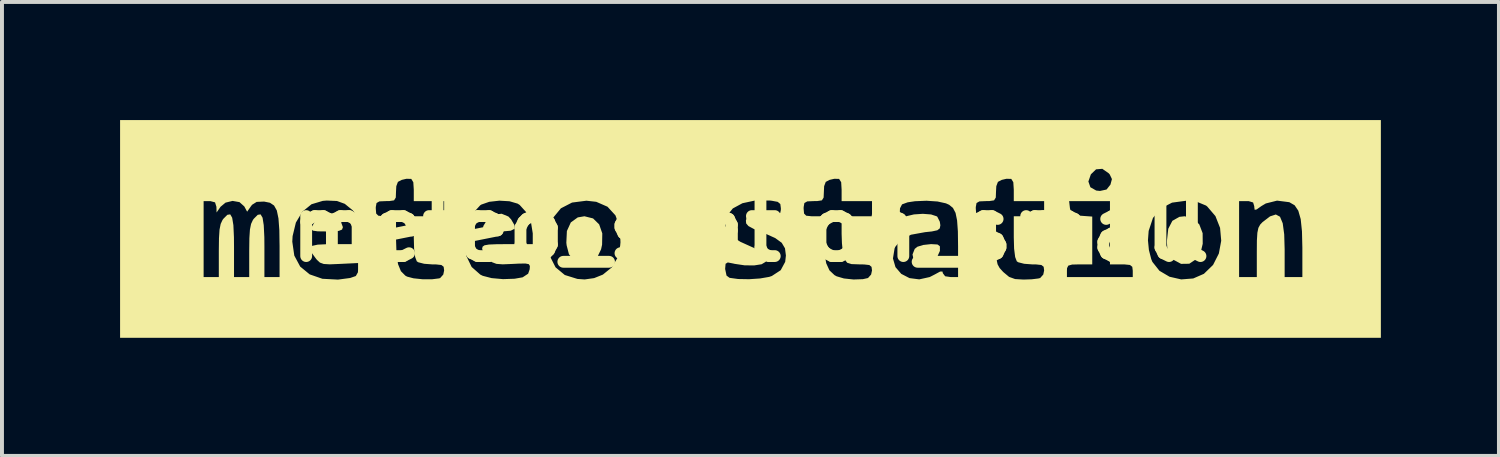
<source format=kicad_pcb>
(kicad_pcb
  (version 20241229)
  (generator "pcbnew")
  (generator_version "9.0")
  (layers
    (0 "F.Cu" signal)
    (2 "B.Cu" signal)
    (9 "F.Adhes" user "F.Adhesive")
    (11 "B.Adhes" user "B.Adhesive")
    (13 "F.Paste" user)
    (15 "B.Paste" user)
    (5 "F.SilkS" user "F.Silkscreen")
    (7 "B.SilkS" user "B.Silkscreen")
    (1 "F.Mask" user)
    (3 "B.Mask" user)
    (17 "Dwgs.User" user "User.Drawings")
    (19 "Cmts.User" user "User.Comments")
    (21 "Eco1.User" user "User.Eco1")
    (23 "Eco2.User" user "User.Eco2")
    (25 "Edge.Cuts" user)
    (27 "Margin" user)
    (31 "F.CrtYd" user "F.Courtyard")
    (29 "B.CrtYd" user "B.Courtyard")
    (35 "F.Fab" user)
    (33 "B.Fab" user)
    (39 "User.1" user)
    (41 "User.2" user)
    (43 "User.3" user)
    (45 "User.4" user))
  (footprint "meteo_station_small"
    (layer "F.Cu")
    (at 16.012 2.765)
    (property "Reference" "meteo_station_small" (at 0 0 0) (layer "F.SilkS") (effects (font (size 1.524 1.524) (thickness 0.3))))
    (attr board_only exclude_from_pos_files exclude_from_bom)
    (fp_poly (pts (xy -10.556 -0.335) (xy -10.413 -0.209) (xy -10.353 -0.047) (xy -10.353 -0.043) (xy -10.374 0.016) (xy -10.454 0.049) (xy -10.62 0.063) (xy -10.769 0.064) (xy -10.992 0.061) (xy -11.112 0.044) (xy -11.154 0.008) (xy -11.145 -0.048) (xy -11.02 -0.257) (xy -10.839 -0.371) (xy -10.739 -0.386)) (stroke (width 0) (type solid)) (fill yes) (layer "F.SilkS"))
    (fp_poly (pts (xy -6.148 -0.315) (xy -6.08 -0.243) (xy -5.994 -0.096) (xy -5.992 -0.004) (xy -6.089 0.045) (xy -6.297 0.063) (xy -6.403 0.064) (xy -6.628 0.062) (xy -6.75 0.048) (xy -6.795 0.013) (xy -6.789 -0.054) (xy -6.782 -0.08) (xy -6.675 -0.26) (xy -6.509 -0.365) (xy -6.32 -0.386)) (stroke (width 0) (type solid)) (fill yes) (layer "F.SilkS"))
    (fp_poly (pts (xy 4.751 0.395) (xy 4.811 0.44) (xy 4.812 0.551) (xy 4.811 0.56) (xy 4.734 0.73) (xy 4.577 0.858) (xy 4.387 0.914) (xy 4.26 0.896) (xy 4.146 0.795) (xy 4.116 0.648) (xy 4.172 0.507) (xy 4.24 0.452) (xy 4.389 0.407) (xy 4.582 0.386) (xy 4.598 0.386)) (stroke (width 0) (type solid)) (fill yes) (layer "F.SilkS"))
    (fp_poly (pts (xy -3.998 -0.267) (xy -3.843 -0.115) (xy -3.764 0.113) (xy -3.769 0.4) (xy -3.794 0.516) (xy -3.905 0.747) (xy -4.073 0.876) (xy -4.275 0.895) (xy -4.488 0.795) (xy -4.502 0.784) (xy -4.611 0.642) (xy -4.669 0.418) (xy -4.677 0.35) (xy -4.663 0.053) (xy -4.563 -0.166) (xy -4.387 -0.293) (xy -4.217 -0.322)) (stroke (width 0) (type solid)) (fill yes) (layer "F.SilkS"))
    (fp_poly (pts (xy 11.244 -0.266) (xy 11.4 -0.115) (xy 11.485 0.108) (xy 11.487 0.378) (xy 11.448 0.541) (xy 11.323 0.766) (xy 11.146 0.884) (xy 10.937 0.887) (xy 10.73 0.777) (xy 10.638 0.679) (xy 10.592 0.55) (xy 10.578 0.345) (xy 10.578 0.302) (xy 10.612 -0.004) (xy 10.716 -0.206) (xy 10.894 -0.307) (xy 11.028 -0.322)) (stroke (width 0) (type solid)) (fill yes) (layer "F.SilkS"))
    (fp_poly (pts (xy 16.012 2.765) (xy -16.012 2.765) (xy -16.012 1.222) (xy -13.89 1.222) (xy -13.504 1.222) (xy -13.504 0.554) (xy -13.5 0.235) (xy -13.486 0.018) (xy -13.457 -0.127) (xy -13.41 -0.228) (xy -13.386 -0.26) (xy -13.287 -0.359) (xy -13.214 -0.37) (xy -13.165 -0.285) (xy -13.134 -0.096) (xy -13.12 0.208) (xy -13.118 0.454) (xy -13.118 1.222) (xy -12.732 1.222) (xy -12.732 0.554) (xy -12.728 0.235) (xy -12.714 0.018) (xy -12.685 -0.127) (xy -12.638 -0.228) (xy -12.614 -0.26) (xy -12.515 -0.359) (xy -12.443 -0.37) (xy -12.393 -0.285) (xy -12.363 -0.096) (xy -12.348 0.208) (xy -12.346 0.454) (xy -12.346 1.222) (xy -11.961 1.222) (xy -11.961 0.434) (xy -11.963 0.323) (xy -11.638 0.323) (xy -11.587 0.677) (xy -11.437 0.956) (xy -11.196 1.154) (xy -10.873 1.266) (xy -10.477 1.287) (xy -10.168 1.246) (xy -10.024 1.196) (xy -9.971 1.102) (xy -9.967 1.036) (xy -9.967 0.866) (xy -10.44 0.889) (xy -10.685 0.899) (xy -10.839 0.89) (xy -10.936 0.855) (xy -11.013 0.784) (xy -11.05 0.737) (xy -11.155 0.592) (xy -11.189 0.493) (xy -11.139 0.431) (xy -10.994 0.399) (xy -10.74 0.387) (xy -10.546 0.386) (xy -9.903 0.386) (xy -9.903 0.058) (xy -9.915 -0.157) (xy -9.968 -0.306) (xy -10.086 -0.452) (xy -10.121 -0.489) (xy -10.153 -0.514) (xy -9.517 -0.514) (xy -9.507 -0.391) (xy -9.452 -0.336) (xy -9.315 -0.322) (xy -9.26 -0.322) (xy -9.003 -0.322) (xy -9.003 0.254) (xy -8.991 0.627) (xy -8.952 0.894) (xy -8.879 1.073) (xy -8.767 1.186) (xy -8.722 1.211) (xy -8.559 1.254) (xy -8.33 1.278) (xy -8.093 1.279) (xy -7.909 1.256) (xy -7.882 1.247) (xy -7.803 1.159) (xy -7.781 1.054) (xy -7.793 0.961) (xy -7.851 0.916) (xy -7.989 0.901) (xy -8.089 0.9) (xy -8.288 0.885) (xy -8.437 0.847) (xy -8.475 0.823) (xy -8.517 0.714) (xy -8.544 0.499) (xy -8.549 0.321) (xy -7.266 0.321) (xy -7.219 0.683) (xy -7.082 0.966) (xy -6.862 1.16) (xy -6.799 1.191) (xy -6.575 1.249) (xy -6.286 1.275) (xy -5.991 1.265) (xy -5.787 1.229) (xy -5.647 1.137) (xy -5.608 1.024) (xy -5.603 0.941) (xy -5.63 0.895) (xy -5.716 0.878) (xy -5.889 0.881) (xy -6.046 0.889) (xy -6.294 0.899) (xy -6.453 0.887) (xy -6.562 0.846) (xy -6.659 0.768) (xy -6.768 0.632) (xy -6.816 0.507) (xy -6.816 0.503) (xy -6.804 0.45) (xy -6.754 0.415) (xy -6.642 0.396) (xy -6.445 0.388) (xy -6.173 0.386) (xy -5.53 0.386) (xy -5.53 0.322) (xy -5.144 0.322) (xy -5.095 0.691) (xy -4.951 0.975) (xy -4.716 1.17) (xy -4.395 1.27) (xy -4.212 1.283) (xy -3.971 1.249) (xy -3.751 1.161) (xy -3.749 1.16) (xy -3.575 1.019) (xy -0.643 1.019) (xy -0.608 1.185) (xy -0.531 1.242) (xy -0.313 1.272) (xy -0.036 1.277) (xy 0.244 1.258) (xy 0.475 1.218) (xy 0.543 1.195) (xy 0.768 1.048) (xy 0.882 0.836) (xy 0.9 0.675) (xy 0.877 0.493) (xy 0.794 0.352) (xy 0.629 0.232) (xy 0.362 0.112) (xy 0.319 0.095) (xy 0.084 0.000116) (xy -0.052 -0.073) (xy -0.11 -0.141) (xy -0.116 -0.216) (xy -0.094 -0.289) (xy -0.033 -0.331) (xy 0.095 -0.349) (xy 0.32 -0.354) (xy 0.338 -0.354) (xy 0.567 -0.356) (xy 0.697 -0.37) (xy 0.756 -0.408) (xy 0.771 -0.48) (xy 0.772 -0.514) (xy 1.35 -0.514) (xy 1.361 -0.391) (xy 1.416 -0.336) (xy 1.552 -0.322) (xy 1.608 -0.322) (xy 1.865 -0.322) (xy 1.866 0.241) (xy 1.879 0.609) (xy 1.924 0.872) (xy 2.006 1.052) (xy 2.134 1.173) (xy 2.188 1.203) (xy 2.374 1.258) (xy 2.618 1.284) (xy 2.855 1.276) (xy 2.985 1.247) (xy 3.064 1.159) (xy 3.087 1.054) (xy 3.075 0.963) (xy 3.019 0.917) (xy 2.886 0.902) (xy 2.763 0.9) (xy 2.566 0.893) (xy 2.457 0.859) (xy 2.397 0.781) (xy 2.384 0.75) (xy 3.619 0.75) (xy 3.683 0.97) (xy 3.83 1.141) (xy 4.039 1.249) (xy 4.287 1.281) (xy 4.553 1.222) (xy 4.678 1.158) (xy 4.816 1.083) (xy 4.876 1.081) (xy 4.887 1.126) (xy 4.945 1.202) (xy 5.08 1.222) (xy 5.273 1.222) (xy 5.273 0.446) (xy 5.268 0.061) (xy 5.248 -0.217) (xy 5.209 -0.408) (xy 5.153 -0.514) (xy 5.723 -0.514) (xy 5.733 -0.391) (xy 5.788 -0.336) (xy 5.925 -0.322) (xy 5.98 -0.322) (xy 6.237 -0.322) (xy 6.237 0.294) (xy 6.239 0.582) (xy 6.25 0.773) (xy 6.277 0.899) (xy 6.328 0.992) (xy 6.41 1.083) (xy 6.425 1.098) (xy 6.569 1.218) (xy 6.721 1.273) (xy 6.935 1.286) (xy 7.143 1.279) (xy 7.309 1.259) (xy 7.358 1.247) (xy 7.38 1.222) (xy 8.038 1.222) (xy 9.71 1.222) (xy 9.71 1.061) (xy 9.698 0.962) (xy 9.639 0.915) (xy 9.499 0.901) (xy 9.421 0.9) (xy 9.131 0.9) (xy 9.131 0.289) (xy 10.096 0.289) (xy 10.12 0.535) (xy 10.18 0.768) (xy 10.208 0.836) (xy 10.388 1.063) (xy 10.644 1.214) (xy 10.941 1.282) (xy 11.246 1.258) (xy 11.329 1.222) (xy 12.411 1.222) (xy 12.861 1.222) (xy 12.861 0.59) (xy 12.863 0.294) (xy 12.875 0.098) (xy 12.901 -0.027) (xy 12.947 -0.111) (xy 13.005 -0.172) (xy 13.197 -0.319) (xy 13.344 -0.367) (xy 13.45 -0.31) (xy 13.519 -0.144) (xy 13.557 0.138) (xy 13.568 0.519) (xy 13.568 1.222) (xy 14.018 1.222) (xy 14.018 0.479) (xy 14.008 0.06) (xy 13.976 -0.249) (xy 13.915 -0.463) (xy 13.822 -0.601) (xy 13.691 -0.677) (xy 13.682 -0.68) (xy 13.375 -0.719) (xy 13.089 -0.647) (xy 12.978 -0.581) (xy 12.857 -0.495) (xy 12.807 -0.485) (xy 12.797 -0.55) (xy 12.796 -0.577) (xy 12.767 -0.672) (xy 12.656 -0.706) (xy 12.604 -0.707) (xy 12.411 -0.707) (xy 12.411 1.222) (xy 11.329 1.222) (xy 11.517 1.14) (xy 11.75 0.914) (xy 11.897 0.624) (xy 11.957 0.3) (xy 11.928 -0.026) (xy 11.81 -0.326) (xy 11.602 -0.569) (xy 11.571 -0.594) (xy 11.336 -0.691) (xy 11.073 -0.717) (xy 10.708 -0.668) (xy 10.423 -0.52) (xy 10.223 -0.279) (xy 10.114 0.05) (xy 10.096 0.289) (xy 9.131 0.289) (xy 9.131 -0.707) (xy 8.094 -0.707) (xy 8.114 -0.531) (xy 8.142 -0.417) (xy 8.215 -0.361) (xy 8.373 -0.337) (xy 8.408 -0.334) (xy 8.681 -0.314) (xy 8.681 0.9) (xy 8.359 0.9) (xy 8.169 0.905) (xy 8.073 0.932) (xy 8.041 0.996) (xy 8.038 1.061) (xy 8.038 1.222) (xy 7.38 1.222) (xy 7.437 1.159) (xy 7.459 1.054) (xy 7.447 0.961) (xy 7.389 0.916) (xy 7.251 0.901) (xy 7.151 0.9) (xy 6.952 0.885) (xy 6.803 0.847) (xy 6.765 0.823) (xy 6.723 0.714) (xy 6.696 0.499) (xy 6.688 0.212) (xy 6.688 -0.322) (xy 7.459 -0.322) (xy 7.459 -0.707) (xy 6.688 -0.707) (xy 6.688 -0.997) (xy 6.676 -1.186) (xy 6.665 -1.205) (xy 8.583 -1.205) (xy 8.634 -1.059) (xy 8.782 -0.975) (xy 8.878 -0.965) (xy 9.044 -1.001) (xy 9.143 -1.125) (xy 9.181 -1.266) (xy 9.126 -1.383) (xy 9.099 -1.414) (xy 8.937 -1.527) (xy 8.778 -1.514) (xy 8.646 -1.387) (xy 8.583 -1.205) (xy 6.665 -1.205) (xy 6.624 -1.271) (xy 6.502 -1.274) (xy 6.382 -1.246) (xy 6.285 -1.195) (xy 6.244 -1.086) (xy 6.237 -0.957) (xy 6.231 -0.797) (xy 6.187 -0.726) (xy 6.067 -0.708) (xy 5.98 -0.707) (xy 5.815 -0.7) (xy 5.742 -0.658) (xy 5.723 -0.556) (xy 5.723 -0.514) (xy 5.153 -0.514) (xy 5.144 -0.533) (xy 5.047 -0.613) (xy 4.965 -0.65) (xy 4.752 -0.697) (xy 4.471 -0.716) (xy 4.179 -0.704) (xy 3.992 -0.676) (xy 3.85 -0.624) (xy 3.798 -0.525) (xy 3.794 -0.447) (xy 3.804 -0.319) (xy 3.861 -0.292) (xy 3.959 -0.323) (xy 4.153 -0.369) (xy 4.379 -0.384) (xy 4.587 -0.368) (xy 4.728 -0.322) (xy 4.746 -0.309) (xy 4.809 -0.184) (xy 4.823 -0.093) (xy 4.808 -0.014) (xy 4.746 0.034) (xy 4.606 0.064) (xy 4.435 0.082) (xy 4.077 0.147) (xy 3.828 0.269) (xy 3.678 0.455) (xy 3.66 0.497) (xy 3.619 0.75) (xy 2.384 0.75) (xy 2.378 0.735) (xy 2.345 0.587) (xy 2.323 0.36) (xy 2.315 0.124) (xy 2.315 -0.322) (xy 3.087 -0.322) (xy 3.087 -0.707) (xy 2.315 -0.707) (xy 2.315 -0.997) (xy 2.304 -1.186) (xy 2.251 -1.271) (xy 2.129 -1.274) (xy 2.009 -1.246) (xy 1.912 -1.195) (xy 1.871 -1.086) (xy 1.865 -0.957) (xy 1.858 -0.797) (xy 1.814 -0.726) (xy 1.695 -0.708) (xy 1.608 -0.707) (xy 1.443 -0.7) (xy 1.369 -0.658) (xy 1.351 -0.556) (xy 1.35 -0.514) (xy 0.772 -0.514) (xy 0.772 -0.524) (xy 0.758 -0.633) (xy 0.692 -0.688) (xy 0.541 -0.716) (xy 0.498 -0.721) (xy 0.117 -0.722) (xy -0.204 -0.653) (xy -0.448 -0.521) (xy -0.599 -0.334) (xy -0.643 -0.135) (xy -0.605 0.033) (xy -0.482 0.182) (xy -0.258 0.326) (xy 0.016 0.45) (xy 0.255 0.556) (xy 0.387 0.641) (xy 0.429 0.722) (xy 0.399 0.817) (xy 0.388 0.834) (xy 0.283 0.897) (xy 0.091 0.927) (xy -0.151 0.924) (xy -0.405 0.886) (xy -0.434 0.879) (xy -0.576 0.851) (xy -0.632 0.885) (xy -0.643 1.007) (xy -0.643 1.019) (xy -3.575 1.019) (xy -3.523 0.978) (xy -3.383 0.743) (xy -3.31 0.427) (xy -3.302 0.34) (xy -3.318 -0.042) (xy -3.43 -0.345) (xy -3.631 -0.564) (xy -3.917 -0.689) (xy -4.167 -0.717) (xy -4.532 -0.67) (xy -4.815 -0.524) (xy -5.013 -0.284) (xy -5.122 0.047) (xy -5.144 0.322) (xy -5.53 0.322) (xy -5.53 0.113) (xy -5.575 -0.167) (xy -5.694 -0.423) (xy -5.863 -0.61) (xy -5.915 -0.643) (xy -6.12 -0.703) (xy -6.378 -0.718) (xy -6.636 -0.689) (xy -6.838 -0.618) (xy -6.866 -0.599) (xy -7.091 -0.353) (xy -7.226 -0.026) (xy -7.266 0.321) (xy -8.549 0.321) (xy -8.552 0.212) (xy -8.552 -0.322) (xy -7.781 -0.322) (xy -7.781 -0.707) (xy -8.552 -0.707) (xy -8.552 -0.997) (xy -8.564 -1.186) (xy -8.616 -1.271) (xy -8.738 -1.274) (xy -8.858 -1.246) (xy -8.955 -1.195) (xy -8.996 -1.086) (xy -9.003 -0.957) (xy -9.009 -0.797) (xy -9.053 -0.726) (xy -9.173 -0.708) (xy -9.26 -0.707) (xy -9.425 -0.7) (xy -9.498 -0.658) (xy -9.517 -0.556) (xy -9.517 -0.514) (xy -10.153 -0.514) (xy -10.305 -0.638) (xy -10.503 -0.71) (xy -10.761 -0.721) (xy -10.863 -0.713) (xy -11.15 -0.627) (xy -11.383 -0.437) (xy -11.547 -0.161) (xy -11.63 0.183) (xy -11.638 0.323) (xy -11.963 0.323) (xy -11.967 0.028) (xy -11.989 -0.267) (xy -12.031 -0.469) (xy -12.101 -0.595) (xy -12.205 -0.665) (xy -12.349 -0.694) (xy -12.358 -0.695) (xy -12.543 -0.687) (xy -12.66 -0.613) (xy -12.688 -0.576) (xy -12.785 -0.438) (xy -12.857 -0.572) (xy -12.979 -0.681) (xy -13.155 -0.712) (xy -13.334 -0.668) (xy -13.46 -0.563) (xy -13.561 -0.418) (xy -13.565 -0.563) (xy -13.6 -0.675) (xy -13.719 -0.707) (xy -13.729 -0.707) (xy -13.89 -0.707) (xy -13.89 1.222) (xy -16.012 1.222) (xy -16.012 -2.765) (xy 16.012 -2.765)) (stroke (width 0) (type solid)) (fill yes) (layer "F.SilkS")))
  (gr_rect
    (start -3 -3)
    (end 35.023 8.53)
    (stroke (width 0.1) (type default))
    (fill no)
    (layer "Edge.Cuts")))
</source>
